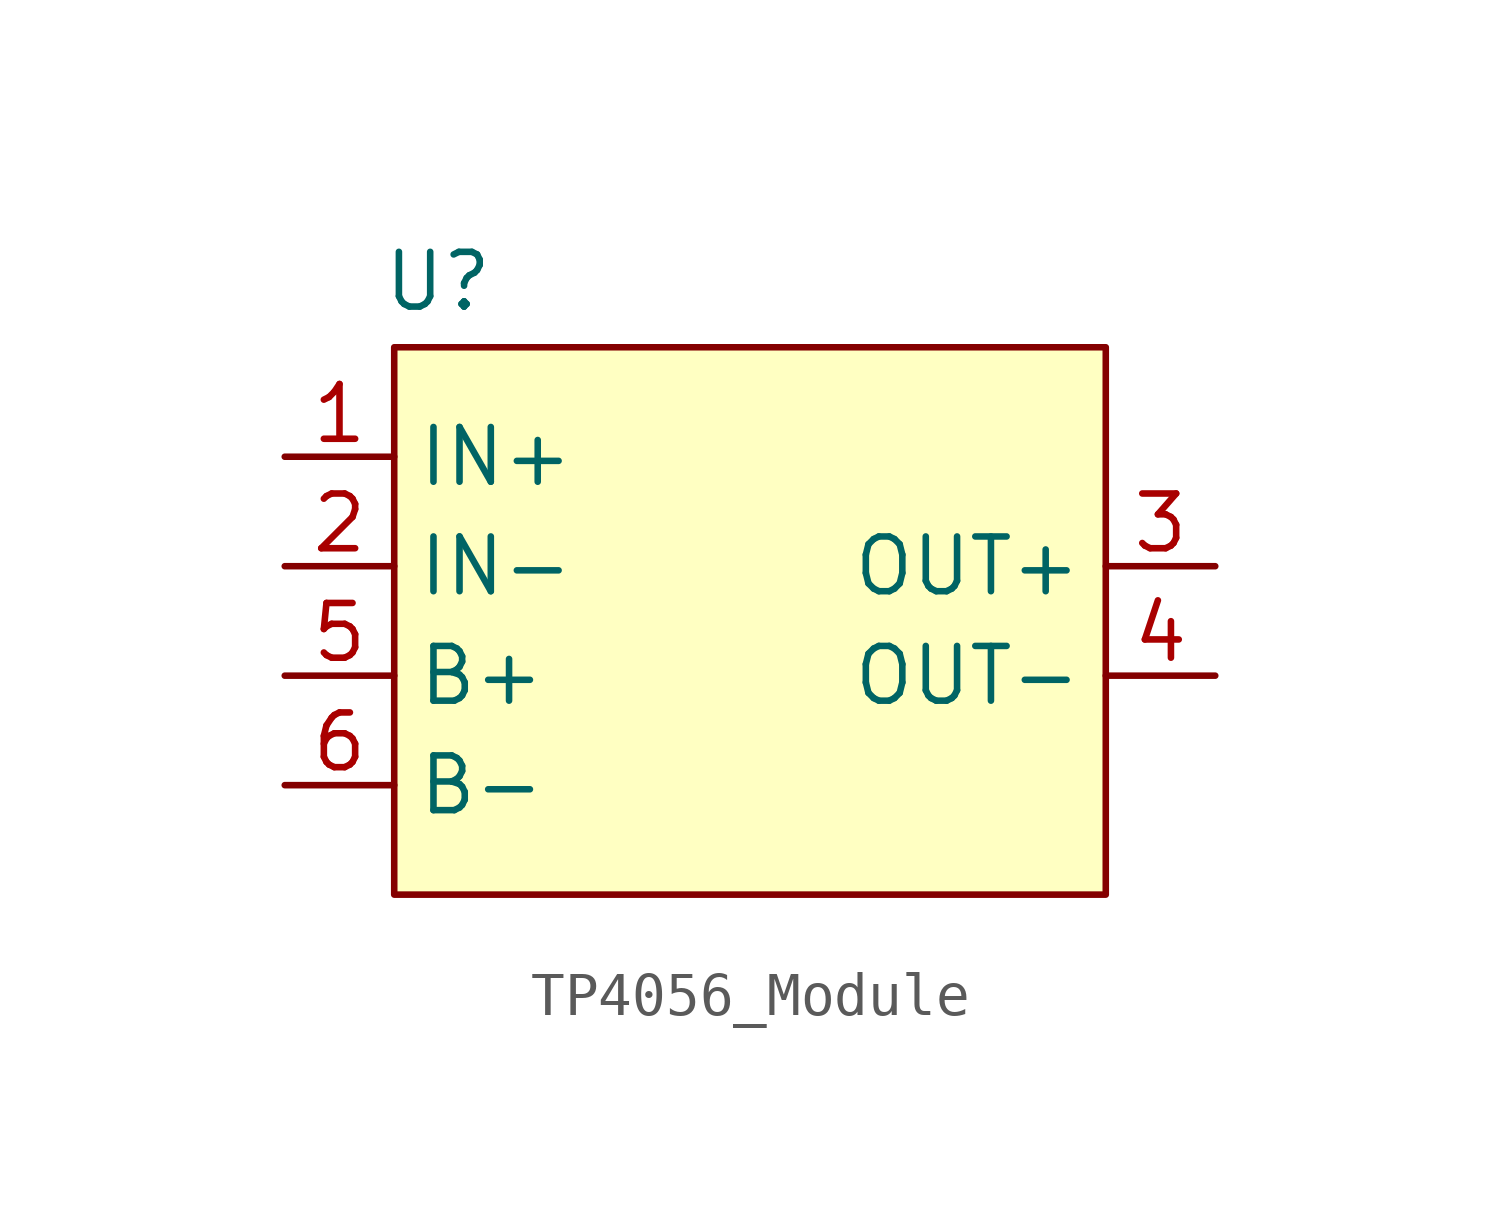
<source format=kicad_sym>
(kicad_symbol_lib
  (version 20241209)
  (generator "kicad_symbol_editor")
  (generator_version "9.0")
  (symbol "TP4056_Module"
    (property "Reference" "U"
      (at -6.604 7.874 0)
      (effects (font (size 1.27 1.27))))
    (property "Value" ""
      (at 0 0 0)
      (effects (font (size 1.27 1.27))))
    (symbol "TP4056_Module_0_0"
      (pin power_in line (at -10.16 3.81 0) (length 2.54) (name "IN+" (effects (font (size 1.27 1.27)))) (number "1" (effects (font (size 1.27 1.27)))))
      (pin power_in line (at -10.16 1.27 0) (length 2.54) (name "IN-" (effects (font (size 1.27 1.27)))) (number "2" (effects (font (size 1.27 1.27)))))
      (pin power_in line (at -10.16 -1.27 0) (length 2.54) (name "B+" (effects (font (size 1.27 1.27)))) (number "5" (effects (font (size 1.27 1.27)))))
      (pin power_in line (at -10.16 -3.81 0) (length 2.54) (name "B-" (effects (font (size 1.27 1.27)))) (number "6" (effects (font (size 1.27 1.27)))))
      (pin power_out line (at 11.43 1.27 180) (length 2.54) (name "OUT+" (effects (font (size 1.27 1.27)))) (number "3" (effects (font (size 1.27 1.27)))))
      (pin power_out line (at 11.43 -1.27 180) (length 2.54) (name "OUT-" (effects (font (size 1.27 1.27)))) (number "4" (effects (font (size 1.27 1.27))))))
    (symbol "TP4056_Module_1_1"
      (rectangle (start -7.62 6.35) (end 8.89 -6.35) (stroke (width 0) (type solid)) (fill (type background))))))
</source>
